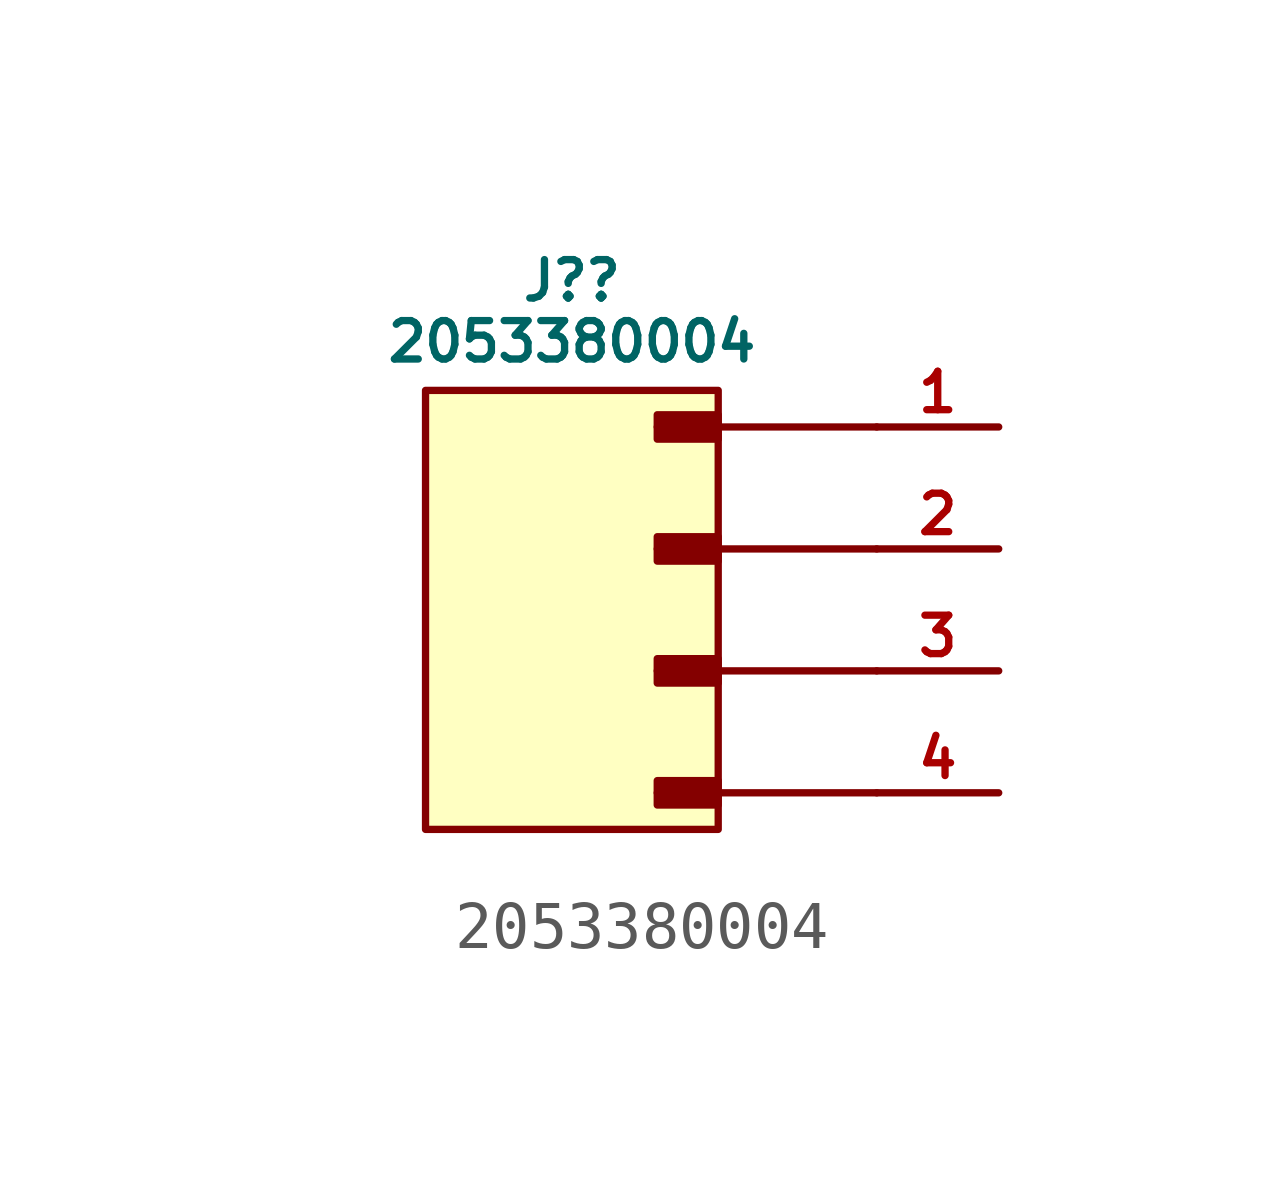
<source format=kicad_sym>
(kicad_symbol_lib
  (version 20231120)
  (generator "kicad_symbol_editor")
  (generator_version "8.0")
  (symbol "2053380004"
    (pin_names
      (offset 0))
    (property "Reference" "J?"
      (at 0 6.858 0)
      (do_not_autoplace)
      (effects (font (size 0.8 0.8))))
    (property "Value" "2053380004"
      (at 0 5.588 0)
      (do_not_autoplace)
      (effects (font (size 0.8 0.8))))
    (symbol "2053380004_1_1"
      (rectangle (start -3.048 4.572) (end 3.048 -4.572) (stroke (width 0) (type default)) (fill (type background)))
      (polyline (pts (xy 1.778 -3.81) (xy 6.35 -3.81)) (stroke (width 0) (type solid)) (fill (type none)))
      (polyline (pts (xy 1.778 -1.27) (xy 6.35 -1.27)) (stroke (width 0) (type solid)) (fill (type none)))
      (polyline (pts (xy 1.778 1.27) (xy 6.35 1.27)) (stroke (width 0) (type solid)) (fill (type none)))
      (polyline (pts (xy 1.778 3.81) (xy 6.35 3.81)) (stroke (width 0) (type solid)) (fill (type none)))
      (rectangle (start 1.778 -3.556) (end 3.048 -4.064) (stroke (width 0) (type solid)) (fill (type outline)))
      (rectangle (start 1.778 -1.016) (end 3.048 -1.524) (stroke (width 0) (type solid)) (fill (type outline)))
      (rectangle (start 1.778 1.524) (end 3.048 1.016) (stroke (width 0) (type solid)) (fill (type outline)))
      (rectangle (start 1.778 4.064) (end 3.048 3.556) (stroke (width 0) (type solid)) (fill (type outline)))
      (pin passive line (at 8.89 3.81 180) (length 2.54) (name "" (effects (font (size 0.8 0.8)))) (number "1" (effects (font (size 0.8 0.8)))))
      (pin passive line (at 8.89 1.27 180) (length 2.54) (name "" (effects (font (size 0.8 0.8)))) (number "2" (effects (font (size 0.8 0.8)))))
      (pin passive line (at 8.89 -1.27 180) (length 2.54) (name "" (effects (font (size 0.8 0.8)))) (number "3" (effects (font (size 0.8 0.8)))))
      (pin passive line (at 8.89 -3.81 180) (length 2.54) (name "" (effects (font (size 0.8 0.8)))) (number "4" (effects (font (size 0.8 0.8)))))
      (pin no_connect line (at -6.35 1.27 0) (length 2.54) hide (name "MNTF" (effects (font (size 0.8 0.8)))) (number "5" (effects (font (size 0.8 0.8)))))
      (pin no_connect line (at -6.35 -1.27 0) (length 2.54) hide (name "MNTS" (effects (font (size 0.8 0.8)))) (number "6" (effects (font (size 0.8 0.8))))))))
</source>
